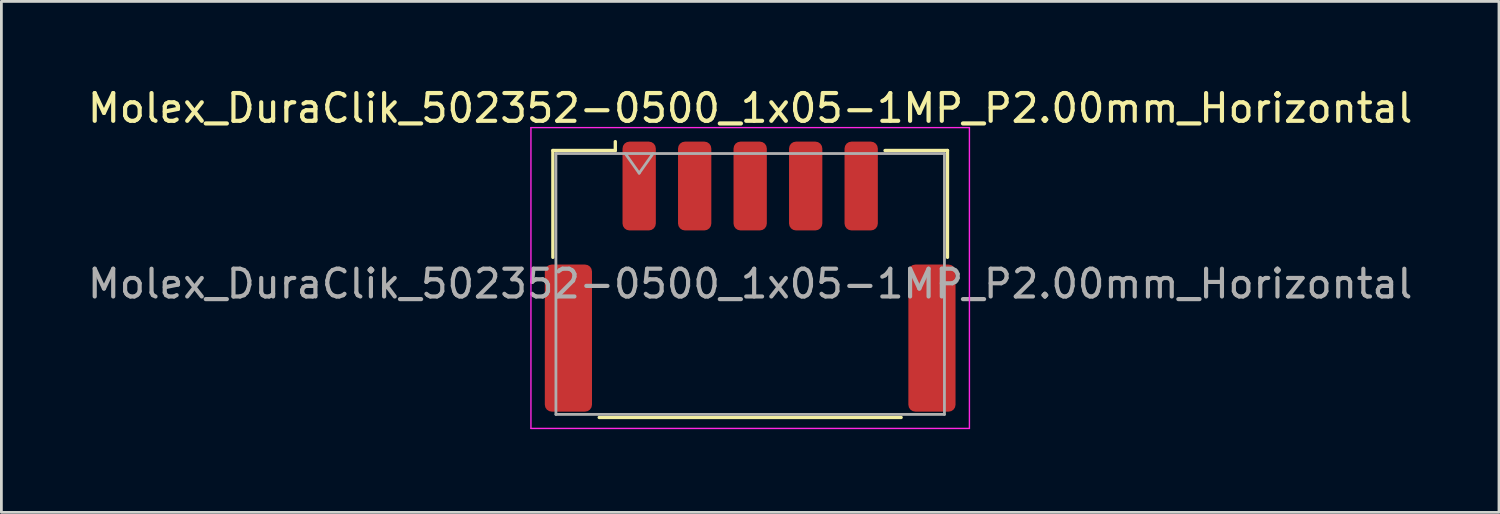
<source format=kicad_pcb>
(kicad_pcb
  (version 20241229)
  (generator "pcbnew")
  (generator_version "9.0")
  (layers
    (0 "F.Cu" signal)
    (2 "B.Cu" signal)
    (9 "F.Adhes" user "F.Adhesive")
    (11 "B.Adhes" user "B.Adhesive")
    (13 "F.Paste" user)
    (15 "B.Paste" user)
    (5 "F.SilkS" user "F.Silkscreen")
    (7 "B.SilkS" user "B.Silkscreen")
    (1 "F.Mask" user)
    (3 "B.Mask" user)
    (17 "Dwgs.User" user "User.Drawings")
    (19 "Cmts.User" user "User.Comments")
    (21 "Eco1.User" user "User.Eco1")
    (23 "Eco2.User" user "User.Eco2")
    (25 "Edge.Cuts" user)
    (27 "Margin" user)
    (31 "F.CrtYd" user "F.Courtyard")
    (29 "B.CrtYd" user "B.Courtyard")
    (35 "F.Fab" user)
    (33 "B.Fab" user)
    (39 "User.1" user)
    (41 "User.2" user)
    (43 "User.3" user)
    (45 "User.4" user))
  (footprint "Molex_DuraClik_502352-0500_1x05-1MP_P2.00mm_Horizontal"
    (layer "F.Cu")
    (at 23.982 6.918)
    (property "Reference" "Molex_DuraClik_502352-0500_1x05-1MP_P2.00mm_Horizontal" (at 0 -6.07 0) (layer "F.SilkS") (effects (font (size 1 1) (thickness 0.15))))
    (attr smd)
    (fp_line (start -7.11 -4.545) (end -4.86 -4.545) (stroke (width 0.12) (type solid)) (layer "F.SilkS"))
    (fp_line (start -7.11 -0.695) (end -7.11 -4.545) (stroke (width 0.12) (type solid)) (layer "F.SilkS"))
    (fp_line (start -5.44 5.075) (end 5.44 5.075) (stroke (width 0.12) (type solid)) (layer "F.SilkS"))
    (fp_line (start -4.86 -4.545) (end -4.86 -4.865) (stroke (width 0.12) (type solid)) (layer "F.SilkS"))
    (fp_line (start 7.11 -4.545) (end 4.86 -4.545) (stroke (width 0.12) (type solid)) (layer "F.SilkS"))
    (fp_line (start 7.11 -0.695) (end 7.11 -4.545) (stroke (width 0.12) (type solid)) (layer "F.SilkS"))
    (fp_line (start -7.9 -5.37) (end -7.9 5.47) (stroke (width 0.05) (type solid)) (layer "F.CrtYd"))
    (fp_line (start -7.9 5.47) (end 7.9 5.47) (stroke (width 0.05) (type solid)) (layer "F.CrtYd"))
    (fp_line (start 7.9 -5.37) (end -7.9 -5.37) (stroke (width 0.05) (type solid)) (layer "F.CrtYd"))
    (fp_line (start 7.9 5.47) (end 7.9 -5.37) (stroke (width 0.05) (type solid)) (layer "F.CrtYd"))
    (fp_line (start -7 -4.435) (end -7 4.965) (stroke (width 0.1) (type solid)) (layer "F.Fab"))
    (fp_line (start -7 -4.435) (end 7 -4.435) (stroke (width 0.1) (type solid)) (layer "F.Fab"))
    (fp_line (start -7 4.965) (end 7 4.965) (stroke (width 0.1) (type solid)) (layer "F.Fab"))
    (fp_line (start -4.5 -4.435) (end -4 -3.728) (stroke (width 0.1) (type solid)) (layer "F.Fab"))
    (fp_line (start -4 -3.728) (end -3.5 -4.435) (stroke (width 0.1) (type solid)) (layer "F.Fab"))
    (fp_line (start 7 -4.435) (end 7 4.965) (stroke (width 0.1) (type solid)) (layer "F.Fab"))
    (fp_text user "${REFERENCE}" (at 0 0.26 0) (layer "F.Fab") (effects (font (size 1 1) (thickness 0.15))))
    (pad "1" smd roundrect (at -4 -3.265) (size 1.2 3.2) (layers "F.Cu" "F.Mask" "F.Paste") (roundrect_rratio 0.208))
    (pad "2" smd roundrect (at -2 -3.265) (size 1.2 3.2) (layers "F.Cu" "F.Mask" "F.Paste") (roundrect_rratio 0.208))
    (pad "3" smd roundrect (at 0 -3.265) (size 1.2 3.2) (layers "F.Cu" "F.Mask" "F.Paste") (roundrect_rratio 0.208))
    (pad "4" smd roundrect (at 2 -3.265) (size 1.2 3.2) (layers "F.Cu" "F.Mask" "F.Paste") (roundrect_rratio 0.208))
    (pad "5" smd roundrect (at 4 -3.265) (size 1.2 3.2) (layers "F.Cu" "F.Mask" "F.Paste") (roundrect_rratio 0.208))
    (pad "MP" smd roundrect (at -6.55 2.215) (size 1.7 5.3) (layers "F.Cu" "F.Mask" "F.Paste") (roundrect_rratio 0.147))
    (pad "MP" smd roundrect (at 6.55 2.215) (size 1.7 5.3) (layers "F.Cu" "F.Mask" "F.Paste") (roundrect_rratio 0.147)))
  (gr_rect
    (start -3 -3)
    (end 50.964 15.413)
    (stroke (width 0.1) (type default))
    (fill no)
    (layer "Edge.Cuts")))
</source>
